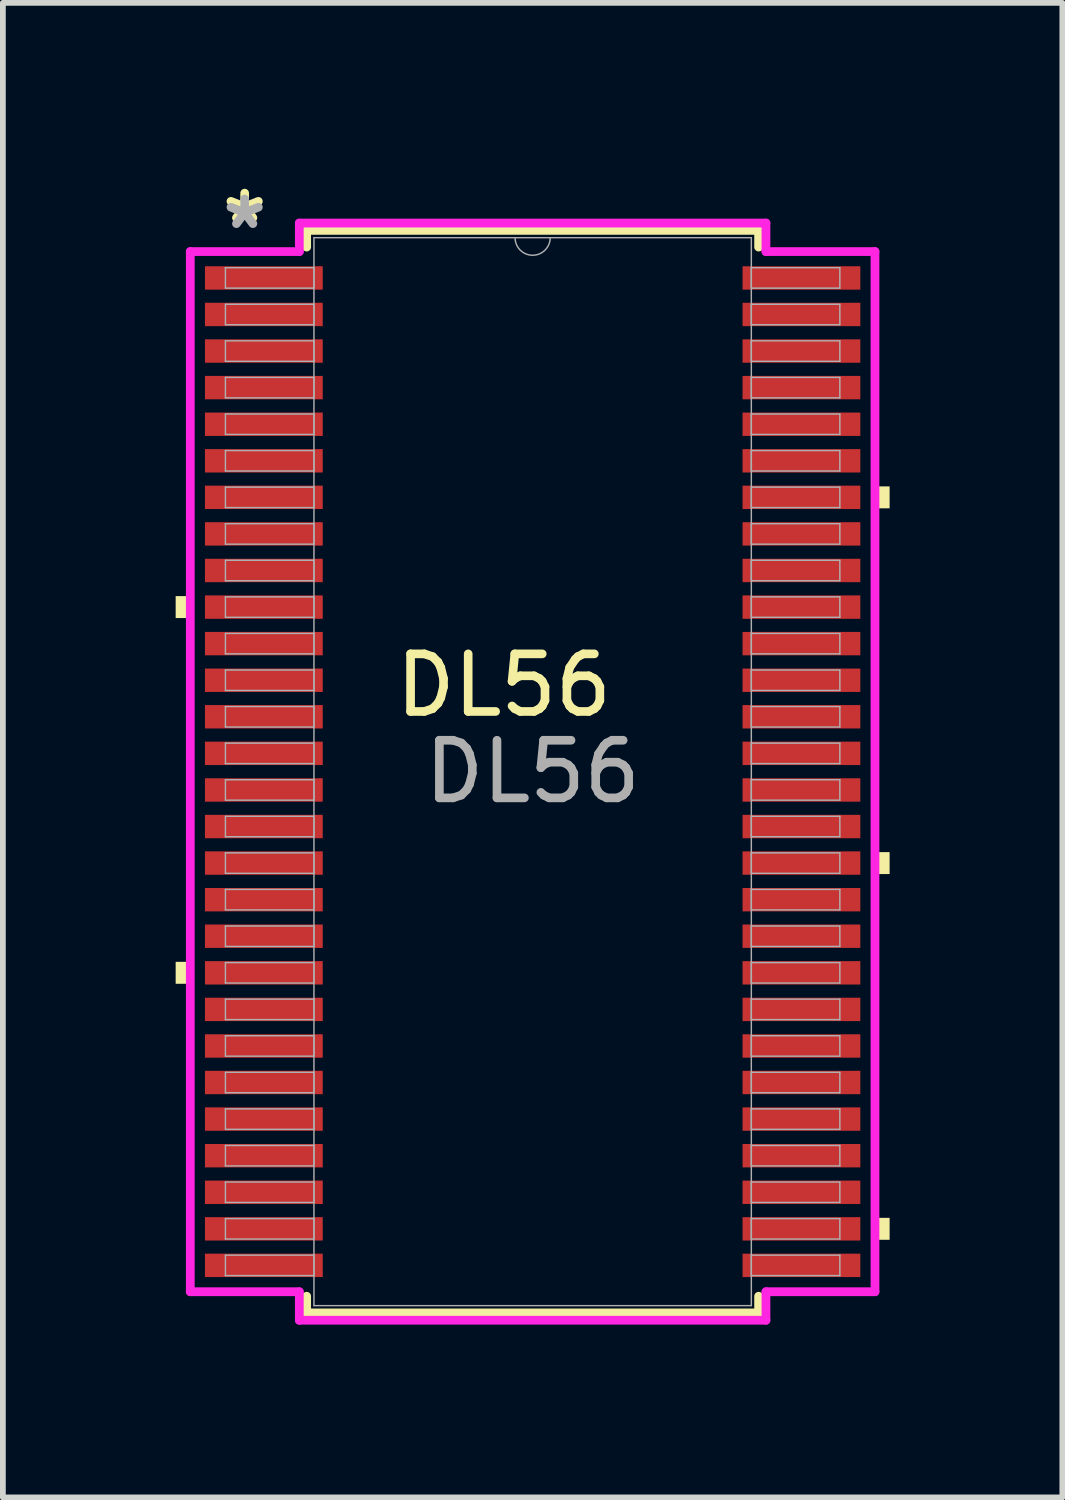
<source format=kicad_pcb>
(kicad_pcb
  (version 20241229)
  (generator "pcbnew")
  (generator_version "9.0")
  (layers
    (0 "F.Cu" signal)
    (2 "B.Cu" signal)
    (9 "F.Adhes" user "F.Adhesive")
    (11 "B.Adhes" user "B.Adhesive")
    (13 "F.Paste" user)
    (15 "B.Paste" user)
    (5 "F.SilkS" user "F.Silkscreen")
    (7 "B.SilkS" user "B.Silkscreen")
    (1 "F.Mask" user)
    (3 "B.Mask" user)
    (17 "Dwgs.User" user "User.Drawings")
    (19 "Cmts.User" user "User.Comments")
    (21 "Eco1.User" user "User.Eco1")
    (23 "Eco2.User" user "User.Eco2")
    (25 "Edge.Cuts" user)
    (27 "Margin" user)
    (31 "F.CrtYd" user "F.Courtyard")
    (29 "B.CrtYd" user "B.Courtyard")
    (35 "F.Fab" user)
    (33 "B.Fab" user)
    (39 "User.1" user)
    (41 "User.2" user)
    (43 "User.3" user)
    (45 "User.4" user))
  (footprint "DL56"
    (layer "F.Cu")
    (at 6.198 10.348)
    (property "Reference" "DL56" (at -0.5 -1.5 0) (unlocked yes) (layer "F.SilkS") (effects (font (size 1 1) (thickness 0.15))))
    (attr smd)
    (fp_line (start -3.924 -9.398) (end -3.924 -9.108) (stroke (width 0.152) (type solid)) (layer "F.SilkS"))
    (fp_line (start -3.924 9.108) (end -3.924 9.398) (stroke (width 0.152) (type solid)) (layer "F.SilkS"))
    (fp_line (start -3.924 9.398) (end 3.924 9.398) (stroke (width 0.152) (type solid)) (layer "F.SilkS"))
    (fp_line (start 3.924 -9.398) (end -3.924 -9.398) (stroke (width 0.152) (type solid)) (layer "F.SilkS"))
    (fp_line (start 3.924 -9.108) (end 3.924 -9.398) (stroke (width 0.152) (type solid)) (layer "F.SilkS"))
    (fp_line (start 3.924 9.398) (end 3.924 9.108) (stroke (width 0.152) (type solid)) (layer "F.SilkS"))
    (fp_poly (pts (xy -6.198 -3.048) (xy -6.198 -2.667) (xy -5.944 -2.667) (xy -5.944 -3.048)) (stroke (width 0) (type solid)) (fill yes) (layer "F.SilkS"))
    (fp_poly (pts (xy -6.198 3.302) (xy -6.198 3.683) (xy -5.944 3.683) (xy -5.944 3.302)) (stroke (width 0) (type solid)) (fill yes) (layer "F.SilkS"))
    (fp_poly (pts (xy 6.198 -4.953) (xy 6.198 -4.572) (xy 5.944 -4.572) (xy 5.944 -4.953)) (stroke (width 0) (type solid)) (fill yes) (layer "F.SilkS"))
    (fp_poly (pts (xy 6.198 1.397) (xy 6.198 1.778) (xy 5.944 1.778) (xy 5.944 1.397)) (stroke (width 0) (type solid)) (fill yes) (layer "F.SilkS"))
    (fp_poly (pts (xy 6.198 7.747) (xy 6.198 8.128) (xy 5.944 8.128) (xy 5.944 7.747)) (stroke (width 0) (type solid)) (fill yes) (layer "F.SilkS"))
    (fp_line (start -5.944 -9.03) (end -4.051 -9.03) (stroke (width 0.152) (type solid)) (layer "F.CrtYd"))
    (fp_line (start -5.944 9.03) (end -5.944 -9.03) (stroke (width 0.152) (type solid)) (layer "F.CrtYd"))
    (fp_line (start -5.944 9.03) (end -4.051 9.03) (stroke (width 0.152) (type solid)) (layer "F.CrtYd"))
    (fp_line (start -4.051 -9.525) (end 4.051 -9.525) (stroke (width 0.152) (type solid)) (layer "F.CrtYd"))
    (fp_line (start -4.051 -9.03) (end -4.051 -9.525) (stroke (width 0.152) (type solid)) (layer "F.CrtYd"))
    (fp_line (start -4.051 9.525) (end -4.051 9.03) (stroke (width 0.152) (type solid)) (layer "F.CrtYd"))
    (fp_line (start 4.051 -9.525) (end 4.051 -9.03) (stroke (width 0.152) (type solid)) (layer "F.CrtYd"))
    (fp_line (start 4.051 9.03) (end 4.051 9.525) (stroke (width 0.152) (type solid)) (layer "F.CrtYd"))
    (fp_line (start 4.051 9.525) (end -4.051 9.525) (stroke (width 0.152) (type solid)) (layer "F.CrtYd"))
    (fp_line (start 5.944 -9.03) (end 4.051 -9.03) (stroke (width 0.152) (type solid)) (layer "F.CrtYd"))
    (fp_line (start 5.944 -9.03) (end 5.944 9.03) (stroke (width 0.152) (type solid)) (layer "F.CrtYd"))
    (fp_line (start 5.944 9.03) (end 4.051 9.03) (stroke (width 0.152) (type solid)) (layer "F.CrtYd"))
    (fp_line (start -5.334 -8.75) (end -5.334 -8.395) (stroke (width 0.025) (type solid)) (layer "F.Fab"))
    (fp_line (start -5.334 -8.395) (end -3.797 -8.395) (stroke (width 0.025) (type solid)) (layer "F.Fab"))
    (fp_line (start -5.334 -8.115) (end -5.334 -7.76) (stroke (width 0.025) (type solid)) (layer "F.Fab"))
    (fp_line (start -5.334 -7.76) (end -3.797 -7.76) (stroke (width 0.025) (type solid)) (layer "F.Fab"))
    (fp_line (start -5.334 -7.48) (end -5.334 -7.125) (stroke (width 0.025) (type solid)) (layer "F.Fab"))
    (fp_line (start -5.334 -7.125) (end -3.797 -7.125) (stroke (width 0.025) (type solid)) (layer "F.Fab"))
    (fp_line (start -5.334 -6.845) (end -5.334 -6.49) (stroke (width 0.025) (type solid)) (layer "F.Fab"))
    (fp_line (start -5.334 -6.49) (end -3.797 -6.49) (stroke (width 0.025) (type solid)) (layer "F.Fab"))
    (fp_line (start -5.334 -6.21) (end -5.334 -5.855) (stroke (width 0.025) (type solid)) (layer "F.Fab"))
    (fp_line (start -5.334 -5.855) (end -3.797 -5.855) (stroke (width 0.025) (type solid)) (layer "F.Fab"))
    (fp_line (start -5.334 -5.575) (end -5.334 -5.22) (stroke (width 0.025) (type solid)) (layer "F.Fab"))
    (fp_line (start -5.334 -5.22) (end -3.797 -5.22) (stroke (width 0.025) (type solid)) (layer "F.Fab"))
    (fp_line (start -5.334 -4.94) (end -5.334 -4.585) (stroke (width 0.025) (type solid)) (layer "F.Fab"))
    (fp_line (start -5.334 -4.585) (end -3.797 -4.585) (stroke (width 0.025) (type solid)) (layer "F.Fab"))
    (fp_line (start -5.334 -4.305) (end -5.334 -3.95) (stroke (width 0.025) (type solid)) (layer "F.Fab"))
    (fp_line (start -5.334 -3.95) (end -3.797 -3.95) (stroke (width 0.025) (type solid)) (layer "F.Fab"))
    (fp_line (start -5.334 -3.67) (end -5.334 -3.315) (stroke (width 0.025) (type solid)) (layer "F.Fab"))
    (fp_line (start -5.334 -3.315) (end -3.797 -3.315) (stroke (width 0.025) (type solid)) (layer "F.Fab"))
    (fp_line (start -5.334 -3.035) (end -5.334 -2.68) (stroke (width 0.025) (type solid)) (layer "F.Fab"))
    (fp_line (start -5.334 -2.68) (end -3.797 -2.68) (stroke (width 0.025) (type solid)) (layer "F.Fab"))
    (fp_line (start -5.334 -2.4) (end -5.334 -2.045) (stroke (width 0.025) (type solid)) (layer "F.Fab"))
    (fp_line (start -5.334 -2.045) (end -3.797 -2.045) (stroke (width 0.025) (type solid)) (layer "F.Fab"))
    (fp_line (start -5.334 -1.765) (end -5.334 -1.41) (stroke (width 0.025) (type solid)) (layer "F.Fab"))
    (fp_line (start -5.334 -1.41) (end -3.797 -1.41) (stroke (width 0.025) (type solid)) (layer "F.Fab"))
    (fp_line (start -5.334 -1.13) (end -5.334 -0.775) (stroke (width 0.025) (type solid)) (layer "F.Fab"))
    (fp_line (start -5.334 -0.775) (end -3.797 -0.775) (stroke (width 0.025) (type solid)) (layer "F.Fab"))
    (fp_line (start -5.334 -0.495) (end -5.334 -0.14) (stroke (width 0.025) (type solid)) (layer "F.Fab"))
    (fp_line (start -5.334 -0.14) (end -3.797 -0.14) (stroke (width 0.025) (type solid)) (layer "F.Fab"))
    (fp_line (start -5.334 0.14) (end -5.334 0.495) (stroke (width 0.025) (type solid)) (layer "F.Fab"))
    (fp_line (start -5.334 0.495) (end -3.797 0.495) (stroke (width 0.025) (type solid)) (layer "F.Fab"))
    (fp_line (start -5.334 0.775) (end -5.334 1.13) (stroke (width 0.025) (type solid)) (layer "F.Fab"))
    (fp_line (start -5.334 1.13) (end -3.797 1.13) (stroke (width 0.025) (type solid)) (layer "F.Fab"))
    (fp_line (start -5.334 1.41) (end -5.334 1.765) (stroke (width 0.025) (type solid)) (layer "F.Fab"))
    (fp_line (start -5.334 1.765) (end -3.797 1.765) (stroke (width 0.025) (type solid)) (layer "F.Fab"))
    (fp_line (start -5.334 2.045) (end -5.334 2.4) (stroke (width 0.025) (type solid)) (layer "F.Fab"))
    (fp_line (start -5.334 2.4) (end -3.797 2.4) (stroke (width 0.025) (type solid)) (layer "F.Fab"))
    (fp_line (start -5.334 2.68) (end -5.334 3.035) (stroke (width 0.025) (type solid)) (layer "F.Fab"))
    (fp_line (start -5.334 3.035) (end -3.797 3.035) (stroke (width 0.025) (type solid)) (layer "F.Fab"))
    (fp_line (start -5.334 3.315) (end -5.334 3.67) (stroke (width 0.025) (type solid)) (layer "F.Fab"))
    (fp_line (start -5.334 3.67) (end -3.797 3.67) (stroke (width 0.025) (type solid)) (layer "F.Fab"))
    (fp_line (start -5.334 3.95) (end -5.334 4.305) (stroke (width 0.025) (type solid)) (layer "F.Fab"))
    (fp_line (start -5.334 4.305) (end -3.797 4.305) (stroke (width 0.025) (type solid)) (layer "F.Fab"))
    (fp_line (start -5.334 4.585) (end -5.334 4.94) (stroke (width 0.025) (type solid)) (layer "F.Fab"))
    (fp_line (start -5.334 4.94) (end -3.797 4.94) (stroke (width 0.025) (type solid)) (layer "F.Fab"))
    (fp_line (start -5.334 5.22) (end -5.334 5.575) (stroke (width 0.025) (type solid)) (layer "F.Fab"))
    (fp_line (start -5.334 5.575) (end -3.797 5.575) (stroke (width 0.025) (type solid)) (layer "F.Fab"))
    (fp_line (start -5.334 5.855) (end -5.334 6.21) (stroke (width 0.025) (type solid)) (layer "F.Fab"))
    (fp_line (start -5.334 6.21) (end -3.797 6.21) (stroke (width 0.025) (type solid)) (layer "F.Fab"))
    (fp_line (start -5.334 6.49) (end -5.334 6.845) (stroke (width 0.025) (type solid)) (layer "F.Fab"))
    (fp_line (start -5.334 6.845) (end -3.797 6.845) (stroke (width 0.025) (type solid)) (layer "F.Fab"))
    (fp_line (start -5.334 7.125) (end -5.334 7.48) (stroke (width 0.025) (type solid)) (layer "F.Fab"))
    (fp_line (start -5.334 7.48) (end -3.797 7.48) (stroke (width 0.025) (type solid)) (layer "F.Fab"))
    (fp_line (start -5.334 7.76) (end -5.334 8.115) (stroke (width 0.025) (type solid)) (layer "F.Fab"))
    (fp_line (start -5.334 8.115) (end -3.797 8.115) (stroke (width 0.025) (type solid)) (layer "F.Fab"))
    (fp_line (start -5.334 8.395) (end -5.334 8.75) (stroke (width 0.025) (type solid)) (layer "F.Fab"))
    (fp_line (start -5.334 8.75) (end -3.797 8.75) (stroke (width 0.025) (type solid)) (layer "F.Fab"))
    (fp_line (start -3.797 -9.271) (end -3.797 9.271) (stroke (width 0.025) (type solid)) (layer "F.Fab"))
    (fp_line (start -3.797 -8.75) (end -5.334 -8.75) (stroke (width 0.025) (type solid)) (layer "F.Fab"))
    (fp_line (start -3.797 -8.395) (end -3.797 -8.75) (stroke (width 0.025) (type solid)) (layer "F.Fab"))
    (fp_line (start -3.797 -8.115) (end -5.334 -8.115) (stroke (width 0.025) (type solid)) (layer "F.Fab"))
    (fp_line (start -3.797 -7.76) (end -3.797 -8.115) (stroke (width 0.025) (type solid)) (layer "F.Fab"))
    (fp_line (start -3.797 -7.48) (end -5.334 -7.48) (stroke (width 0.025) (type solid)) (layer "F.Fab"))
    (fp_line (start -3.797 -7.125) (end -3.797 -7.48) (stroke (width 0.025) (type solid)) (layer "F.Fab"))
    (fp_line (start -3.797 -6.845) (end -5.334 -6.845) (stroke (width 0.025) (type solid)) (layer "F.Fab"))
    (fp_line (start -3.797 -6.49) (end -3.797 -6.845) (stroke (width 0.025) (type solid)) (layer "F.Fab"))
    (fp_line (start -3.797 -6.21) (end -5.334 -6.21) (stroke (width 0.025) (type solid)) (layer "F.Fab"))
    (fp_line (start -3.797 -5.855) (end -3.797 -6.21) (stroke (width 0.025) (type solid)) (layer "F.Fab"))
    (fp_line (start -3.797 -5.575) (end -5.334 -5.575) (stroke (width 0.025) (type solid)) (layer "F.Fab"))
    (fp_line (start -3.797 -5.22) (end -3.797 -5.575) (stroke (width 0.025) (type solid)) (layer "F.Fab"))
    (fp_line (start -3.797 -4.94) (end -5.334 -4.94) (stroke (width 0.025) (type solid)) (layer "F.Fab"))
    (fp_line (start -3.797 -4.585) (end -3.797 -4.94) (stroke (width 0.025) (type solid)) (layer "F.Fab"))
    (fp_line (start -3.797 -4.305) (end -5.334 -4.305) (stroke (width 0.025) (type solid)) (layer "F.Fab"))
    (fp_line (start -3.797 -3.95) (end -3.797 -4.305) (stroke (width 0.025) (type solid)) (layer "F.Fab"))
    (fp_line (start -3.797 -3.67) (end -5.334 -3.67) (stroke (width 0.025) (type solid)) (layer "F.Fab"))
    (fp_line (start -3.797 -3.315) (end -3.797 -3.67) (stroke (width 0.025) (type solid)) (layer "F.Fab"))
    (fp_line (start -3.797 -3.035) (end -5.334 -3.035) (stroke (width 0.025) (type solid)) (layer "F.Fab"))
    (fp_line (start -3.797 -2.68) (end -3.797 -3.035) (stroke (width 0.025) (type solid)) (layer "F.Fab"))
    (fp_line (start -3.797 -2.4) (end -5.334 -2.4) (stroke (width 0.025) (type solid)) (layer "F.Fab"))
    (fp_line (start -3.797 -2.045) (end -3.797 -2.4) (stroke (width 0.025) (type solid)) (layer "F.Fab"))
    (fp_line (start -3.797 -1.765) (end -5.334 -1.765) (stroke (width 0.025) (type solid)) (layer "F.Fab"))
    (fp_line (start -3.797 -1.41) (end -3.797 -1.765) (stroke (width 0.025) (type solid)) (layer "F.Fab"))
    (fp_line (start -3.797 -1.13) (end -5.334 -1.13) (stroke (width 0.025) (type solid)) (layer "F.Fab"))
    (fp_line (start -3.797 -0.775) (end -3.797 -1.13) (stroke (width 0.025) (type solid)) (layer "F.Fab"))
    (fp_line (start -3.797 -0.495) (end -5.334 -0.495) (stroke (width 0.025) (type solid)) (layer "F.Fab"))
    (fp_line (start -3.797 -0.14) (end -3.797 -0.495) (stroke (width 0.025) (type solid)) (layer "F.Fab"))
    (fp_line (start -3.797 0.14) (end -5.334 0.14) (stroke (width 0.025) (type solid)) (layer "F.Fab"))
    (fp_line (start -3.797 0.495) (end -3.797 0.14) (stroke (width 0.025) (type solid)) (layer "F.Fab"))
    (fp_line (start -3.797 0.775) (end -5.334 0.775) (stroke (width 0.025) (type solid)) (layer "F.Fab"))
    (fp_line (start -3.797 1.13) (end -3.797 0.775) (stroke (width 0.025) (type solid)) (layer "F.Fab"))
    (fp_line (start -3.797 1.41) (end -5.334 1.41) (stroke (width 0.025) (type solid)) (layer "F.Fab"))
    (fp_line (start -3.797 1.765) (end -3.797 1.41) (stroke (width 0.025) (type solid)) (layer "F.Fab"))
    (fp_line (start -3.797 2.045) (end -5.334 2.045) (stroke (width 0.025) (type solid)) (layer "F.Fab"))
    (fp_line (start -3.797 2.4) (end -3.797 2.045) (stroke (width 0.025) (type solid)) (layer "F.Fab"))
    (fp_line (start -3.797 2.68) (end -5.334 2.68) (stroke (width 0.025) (type solid)) (layer "F.Fab"))
    (fp_line (start -3.797 3.035) (end -3.797 2.68) (stroke (width 0.025) (type solid)) (layer "F.Fab"))
    (fp_line (start -3.797 3.315) (end -5.334 3.315) (stroke (width 0.025) (type solid)) (layer "F.Fab"))
    (fp_line (start -3.797 3.67) (end -3.797 3.315) (stroke (width 0.025) (type solid)) (layer "F.Fab"))
    (fp_line (start -3.797 3.95) (end -5.334 3.95) (stroke (width 0.025) (type solid)) (layer "F.Fab"))
    (fp_line (start -3.797 4.305) (end -3.797 3.95) (stroke (width 0.025) (type solid)) (layer "F.Fab"))
    (fp_line (start -3.797 4.585) (end -5.334 4.585) (stroke (width 0.025) (type solid)) (layer "F.Fab"))
    (fp_line (start -3.797 4.94) (end -3.797 4.585) (stroke (width 0.025) (type solid)) (layer "F.Fab"))
    (fp_line (start -3.797 5.22) (end -5.334 5.22) (stroke (width 0.025) (type solid)) (layer "F.Fab"))
    (fp_line (start -3.797 5.575) (end -3.797 5.22) (stroke (width 0.025) (type solid)) (layer "F.Fab"))
    (fp_line (start -3.797 5.855) (end -5.334 5.855) (stroke (width 0.025) (type solid)) (layer "F.Fab"))
    (fp_line (start -3.797 6.21) (end -3.797 5.855) (stroke (width 0.025) (type solid)) (layer "F.Fab"))
    (fp_line (start -3.797 6.49) (end -5.334 6.49) (stroke (width 0.025) (type solid)) (layer "F.Fab"))
    (fp_line (start -3.797 6.845) (end -3.797 6.49) (stroke (width 0.025) (type solid)) (layer "F.Fab"))
    (fp_line (start -3.797 7.125) (end -5.334 7.125) (stroke (width 0.025) (type solid)) (layer "F.Fab"))
    (fp_line (start -3.797 7.48) (end -3.797 7.125) (stroke (width 0.025) (type solid)) (layer "F.Fab"))
    (fp_line (start -3.797 7.76) (end -5.334 7.76) (stroke (width 0.025) (type solid)) (layer "F.Fab"))
    (fp_line (start -3.797 8.115) (end -3.797 7.76) (stroke (width 0.025) (type solid)) (layer "F.Fab"))
    (fp_line (start -3.797 8.395) (end -5.334 8.395) (stroke (width 0.025) (type solid)) (layer "F.Fab"))
    (fp_line (start -3.797 8.75) (end -3.797 8.395) (stroke (width 0.025) (type solid)) (layer "F.Fab"))
    (fp_line (start -3.797 9.271) (end 3.797 9.271) (stroke (width 0.025) (type solid)) (layer "F.Fab"))
    (fp_line (start 3.797 -9.271) (end -3.797 -9.271) (stroke (width 0.025) (type solid)) (layer "F.Fab"))
    (fp_line (start 3.797 -8.75) (end 3.797 -8.395) (stroke (width 0.025) (type solid)) (layer "F.Fab"))
    (fp_line (start 3.797 -8.395) (end 5.334 -8.395) (stroke (width 0.025) (type solid)) (layer "F.Fab"))
    (fp_line (start 3.797 -8.115) (end 3.797 -7.76) (stroke (width 0.025) (type solid)) (layer "F.Fab"))
    (fp_line (start 3.797 -7.76) (end 5.334 -7.76) (stroke (width 0.025) (type solid)) (layer "F.Fab"))
    (fp_line (start 3.797 -7.48) (end 3.797 -7.125) (stroke (width 0.025) (type solid)) (layer "F.Fab"))
    (fp_line (start 3.797 -7.125) (end 5.334 -7.125) (stroke (width 0.025) (type solid)) (layer "F.Fab"))
    (fp_line (start 3.797 -6.845) (end 3.797 -6.49) (stroke (width 0.025) (type solid)) (layer "F.Fab"))
    (fp_line (start 3.797 -6.49) (end 5.334 -6.49) (stroke (width 0.025) (type solid)) (layer "F.Fab"))
    (fp_line (start 3.797 -6.21) (end 3.797 -5.855) (stroke (width 0.025) (type solid)) (layer "F.Fab"))
    (fp_line (start 3.797 -5.855) (end 5.334 -5.855) (stroke (width 0.025) (type solid)) (layer "F.Fab"))
    (fp_line (start 3.797 -5.575) (end 3.797 -5.22) (stroke (width 0.025) (type solid)) (layer "F.Fab"))
    (fp_line (start 3.797 -5.22) (end 5.334 -5.22) (stroke (width 0.025) (type solid)) (layer "F.Fab"))
    (fp_line (start 3.797 -4.94) (end 3.797 -4.585) (stroke (width 0.025) (type solid)) (layer "F.Fab"))
    (fp_line (start 3.797 -4.585) (end 5.334 -4.585) (stroke (width 0.025) (type solid)) (layer "F.Fab"))
    (fp_line (start 3.797 -4.305) (end 3.797 -3.95) (stroke (width 0.025) (type solid)) (layer "F.Fab"))
    (fp_line (start 3.797 -3.95) (end 5.334 -3.95) (stroke (width 0.025) (type solid)) (layer "F.Fab"))
    (fp_line (start 3.797 -3.67) (end 3.797 -3.315) (stroke (width 0.025) (type solid)) (layer "F.Fab"))
    (fp_line (start 3.797 -3.315) (end 5.334 -3.315) (stroke (width 0.025) (type solid)) (layer "F.Fab"))
    (fp_line (start 3.797 -3.035) (end 3.797 -2.68) (stroke (width 0.025) (type solid)) (layer "F.Fab"))
    (fp_line (start 3.797 -2.68) (end 5.334 -2.68) (stroke (width 0.025) (type solid)) (layer "F.Fab"))
    (fp_line (start 3.797 -2.4) (end 3.797 -2.045) (stroke (width 0.025) (type solid)) (layer "F.Fab"))
    (fp_line (start 3.797 -2.045) (end 5.334 -2.045) (stroke (width 0.025) (type solid)) (layer "F.Fab"))
    (fp_line (start 3.797 -1.765) (end 3.797 -1.41) (stroke (width 0.025) (type solid)) (layer "F.Fab"))
    (fp_line (start 3.797 -1.41) (end 5.334 -1.41) (stroke (width 0.025) (type solid)) (layer "F.Fab"))
    (fp_line (start 3.797 -1.13) (end 3.797 -0.775) (stroke (width 0.025) (type solid)) (layer "F.Fab"))
    (fp_line (start 3.797 -0.775) (end 5.334 -0.775) (stroke (width 0.025) (type solid)) (layer "F.Fab"))
    (fp_line (start 3.797 -0.495) (end 3.797 -0.14) (stroke (width 0.025) (type solid)) (layer "F.Fab"))
    (fp_line (start 3.797 -0.14) (end 5.334 -0.14) (stroke (width 0.025) (type solid)) (layer "F.Fab"))
    (fp_line (start 3.797 0.14) (end 3.797 0.495) (stroke (width 0.025) (type solid)) (layer "F.Fab"))
    (fp_line (start 3.797 0.495) (end 5.334 0.495) (stroke (width 0.025) (type solid)) (layer "F.Fab"))
    (fp_line (start 3.797 0.775) (end 3.797 1.13) (stroke (width 0.025) (type solid)) (layer "F.Fab"))
    (fp_line (start 3.797 1.13) (end 5.334 1.13) (stroke (width 0.025) (type solid)) (layer "F.Fab"))
    (fp_line (start 3.797 1.41) (end 3.797 1.765) (stroke (width 0.025) (type solid)) (layer "F.Fab"))
    (fp_line (start 3.797 1.765) (end 5.334 1.765) (stroke (width 0.025) (type solid)) (layer "F.Fab"))
    (fp_line (start 3.797 2.045) (end 3.797 2.4) (stroke (width 0.025) (type solid)) (layer "F.Fab"))
    (fp_line (start 3.797 2.4) (end 5.334 2.4) (stroke (width 0.025) (type solid)) (layer "F.Fab"))
    (fp_line (start 3.797 2.68) (end 3.797 3.035) (stroke (width 0.025) (type solid)) (layer "F.Fab"))
    (fp_line (start 3.797 3.035) (end 5.334 3.035) (stroke (width 0.025) (type solid)) (layer "F.Fab"))
    (fp_line (start 3.797 3.315) (end 3.797 3.67) (stroke (width 0.025) (type solid)) (layer "F.Fab"))
    (fp_line (start 3.797 3.67) (end 5.334 3.67) (stroke (width 0.025) (type solid)) (layer "F.Fab"))
    (fp_line (start 3.797 3.95) (end 3.797 4.305) (stroke (width 0.025) (type solid)) (layer "F.Fab"))
    (fp_line (start 3.797 4.305) (end 5.334 4.305) (stroke (width 0.025) (type solid)) (layer "F.Fab"))
    (fp_line (start 3.797 4.585) (end 3.797 4.94) (stroke (width 0.025) (type solid)) (layer "F.Fab"))
    (fp_line (start 3.797 4.94) (end 5.334 4.94) (stroke (width 0.025) (type solid)) (layer "F.Fab"))
    (fp_line (start 3.797 5.22) (end 3.797 5.575) (stroke (width 0.025) (type solid)) (layer "F.Fab"))
    (fp_line (start 3.797 5.575) (end 5.334 5.575) (stroke (width 0.025) (type solid)) (layer "F.Fab"))
    (fp_line (start 3.797 5.855) (end 3.797 6.21) (stroke (width 0.025) (type solid)) (layer "F.Fab"))
    (fp_line (start 3.797 6.21) (end 5.334 6.21) (stroke (width 0.025) (type solid)) (layer "F.Fab"))
    (fp_line (start 3.797 6.49) (end 3.797 6.845) (stroke (width 0.025) (type solid)) (layer "F.Fab"))
    (fp_line (start 3.797 6.845) (end 5.334 6.845) (stroke (width 0.025) (type solid)) (layer "F.Fab"))
    (fp_line (start 3.797 7.125) (end 3.797 7.48) (stroke (width 0.025) (type solid)) (layer "F.Fab"))
    (fp_line (start 3.797 7.48) (end 5.334 7.48) (stroke (width 0.025) (type solid)) (layer "F.Fab"))
    (fp_line (start 3.797 7.76) (end 3.797 8.115) (stroke (width 0.025) (type solid)) (layer "F.Fab"))
    (fp_line (start 3.797 8.115) (end 5.334 8.115) (stroke (width 0.025) (type solid)) (layer "F.Fab"))
    (fp_line (start 3.797 8.395) (end 3.797 8.75) (stroke (width 0.025) (type solid)) (layer "F.Fab"))
    (fp_line (start 3.797 8.75) (end 5.334 8.75) (stroke (width 0.025) (type solid)) (layer "F.Fab"))
    (fp_line (start 3.797 9.271) (end 3.797 -9.271) (stroke (width 0.025) (type solid)) (layer "F.Fab"))
    (fp_line (start 5.334 -8.75) (end 3.797 -8.75) (stroke (width 0.025) (type solid)) (layer "F.Fab"))
    (fp_line (start 5.334 -8.395) (end 5.334 -8.75) (stroke (width 0.025) (type solid)) (layer "F.Fab"))
    (fp_line (start 5.334 -8.115) (end 3.797 -8.115) (stroke (width 0.025) (type solid)) (layer "F.Fab"))
    (fp_line (start 5.334 -7.76) (end 5.334 -8.115) (stroke (width 0.025) (type solid)) (layer "F.Fab"))
    (fp_line (start 5.334 -7.48) (end 3.797 -7.48) (stroke (width 0.025) (type solid)) (layer "F.Fab"))
    (fp_line (start 5.334 -7.125) (end 5.334 -7.48) (stroke (width 0.025) (type solid)) (layer "F.Fab"))
    (fp_line (start 5.334 -6.845) (end 3.797 -6.845) (stroke (width 0.025) (type solid)) (layer "F.Fab"))
    (fp_line (start 5.334 -6.49) (end 5.334 -6.845) (stroke (width 0.025) (type solid)) (layer "F.Fab"))
    (fp_line (start 5.334 -6.21) (end 3.797 -6.21) (stroke (width 0.025) (type solid)) (layer "F.Fab"))
    (fp_line (start 5.334 -5.855) (end 5.334 -6.21) (stroke (width 0.025) (type solid)) (layer "F.Fab"))
    (fp_line (start 5.334 -5.575) (end 3.797 -5.575) (stroke (width 0.025) (type solid)) (layer "F.Fab"))
    (fp_line (start 5.334 -5.22) (end 5.334 -5.575) (stroke (width 0.025) (type solid)) (layer "F.Fab"))
    (fp_line (start 5.334 -4.94) (end 3.797 -4.94) (stroke (width 0.025) (type solid)) (layer "F.Fab"))
    (fp_line (start 5.334 -4.585) (end 5.334 -4.94) (stroke (width 0.025) (type solid)) (layer "F.Fab"))
    (fp_line (start 5.334 -4.305) (end 3.797 -4.305) (stroke (width 0.025) (type solid)) (layer "F.Fab"))
    (fp_line (start 5.334 -3.95) (end 5.334 -4.305) (stroke (width 0.025) (type solid)) (layer "F.Fab"))
    (fp_line (start 5.334 -3.67) (end 3.797 -3.67) (stroke (width 0.025) (type solid)) (layer "F.Fab"))
    (fp_line (start 5.334 -3.315) (end 5.334 -3.67) (stroke (width 0.025) (type solid)) (layer "F.Fab"))
    (fp_line (start 5.334 -3.035) (end 3.797 -3.035) (stroke (width 0.025) (type solid)) (layer "F.Fab"))
    (fp_line (start 5.334 -2.68) (end 5.334 -3.035) (stroke (width 0.025) (type solid)) (layer "F.Fab"))
    (fp_line (start 5.334 -2.4) (end 3.797 -2.4) (stroke (width 0.025) (type solid)) (layer "F.Fab"))
    (fp_line (start 5.334 -2.045) (end 5.334 -2.4) (stroke (width 0.025) (type solid)) (layer "F.Fab"))
    (fp_line (start 5.334 -1.765) (end 3.797 -1.765) (stroke (width 0.025) (type solid)) (layer "F.Fab"))
    (fp_line (start 5.334 -1.41) (end 5.334 -1.765) (stroke (width 0.025) (type solid)) (layer "F.Fab"))
    (fp_line (start 5.334 -1.13) (end 3.797 -1.13) (stroke (width 0.025) (type solid)) (layer "F.Fab"))
    (fp_line (start 5.334 -0.775) (end 5.334 -1.13) (stroke (width 0.025) (type solid)) (layer "F.Fab"))
    (fp_line (start 5.334 -0.495) (end 3.797 -0.495) (stroke (width 0.025) (type solid)) (layer "F.Fab"))
    (fp_line (start 5.334 -0.14) (end 5.334 -0.495) (stroke (width 0.025) (type solid)) (layer "F.Fab"))
    (fp_line (start 5.334 0.14) (end 3.797 0.14) (stroke (width 0.025) (type solid)) (layer "F.Fab"))
    (fp_line (start 5.334 0.495) (end 5.334 0.14) (stroke (width 0.025) (type solid)) (layer "F.Fab"))
    (fp_line (start 5.334 0.775) (end 3.797 0.775) (stroke (width 0.025) (type solid)) (layer "F.Fab"))
    (fp_line (start 5.334 1.13) (end 5.334 0.775) (stroke (width 0.025) (type solid)) (layer "F.Fab"))
    (fp_line (start 5.334 1.41) (end 3.797 1.41) (stroke (width 0.025) (type solid)) (layer "F.Fab"))
    (fp_line (start 5.334 1.765) (end 5.334 1.41) (stroke (width 0.025) (type solid)) (layer "F.Fab"))
    (fp_line (start 5.334 2.045) (end 3.797 2.045) (stroke (width 0.025) (type solid)) (layer "F.Fab"))
    (fp_line (start 5.334 2.4) (end 5.334 2.045) (stroke (width 0.025) (type solid)) (layer "F.Fab"))
    (fp_line (start 5.334 2.68) (end 3.797 2.68) (stroke (width 0.025) (type solid)) (layer "F.Fab"))
    (fp_line (start 5.334 3.035) (end 5.334 2.68) (stroke (width 0.025) (type solid)) (layer "F.Fab"))
    (fp_line (start 5.334 3.315) (end 3.797 3.315) (stroke (width 0.025) (type solid)) (layer "F.Fab"))
    (fp_line (start 5.334 3.67) (end 5.334 3.315) (stroke (width 0.025) (type solid)) (layer "F.Fab"))
    (fp_line (start 5.334 3.95) (end 3.797 3.95) (stroke (width 0.025) (type solid)) (layer "F.Fab"))
    (fp_line (start 5.334 4.305) (end 5.334 3.95) (stroke (width 0.025) (type solid)) (layer "F.Fab"))
    (fp_line (start 5.334 4.585) (end 3.797 4.585) (stroke (width 0.025) (type solid)) (layer "F.Fab"))
    (fp_line (start 5.334 4.94) (end 5.334 4.585) (stroke (width 0.025) (type solid)) (layer "F.Fab"))
    (fp_line (start 5.334 5.22) (end 3.797 5.22) (stroke (width 0.025) (type solid)) (layer "F.Fab"))
    (fp_line (start 5.334 5.575) (end 5.334 5.22) (stroke (width 0.025) (type solid)) (layer "F.Fab"))
    (fp_line (start 5.334 5.855) (end 3.797 5.855) (stroke (width 0.025) (type solid)) (layer "F.Fab"))
    (fp_line (start 5.334 6.21) (end 5.334 5.855) (stroke (width 0.025) (type solid)) (layer "F.Fab"))
    (fp_line (start 5.334 6.49) (end 3.797 6.49) (stroke (width 0.025) (type solid)) (layer "F.Fab"))
    (fp_line (start 5.334 6.845) (end 5.334 6.49) (stroke (width 0.025) (type solid)) (layer "F.Fab"))
    (fp_line (start 5.334 7.125) (end 3.797 7.125) (stroke (width 0.025) (type solid)) (layer "F.Fab"))
    (fp_line (start 5.334 7.48) (end 5.334 7.125) (stroke (width 0.025) (type solid)) (layer "F.Fab"))
    (fp_line (start 5.334 7.76) (end 3.797 7.76) (stroke (width 0.025) (type solid)) (layer "F.Fab"))
    (fp_line (start 5.334 8.115) (end 5.334 7.76) (stroke (width 0.025) (type solid)) (layer "F.Fab"))
    (fp_line (start 5.334 8.395) (end 3.797 8.395) (stroke (width 0.025) (type solid)) (layer "F.Fab"))
    (fp_line (start 5.334 8.75) (end 5.334 8.395) (stroke (width 0.025) (type solid)) (layer "F.Fab"))
    (fp_arc (start 0.3048 -9.271) (mid 0 -8.9662) (end -0.3048 -9.271) (stroke (width 0.0254) (type solid)) (layer "F.Fab"))
    (fp_text user "*" (at -5 -9.5 0) (layer "F.SilkS") (effects (font (size 1 1) (thickness 0.15))))
    (fp_text user "${REFERENCE}" (at 0 0 0) (unlocked yes) (layer "F.Fab") (effects (font (size 1 1) (thickness 0.15))))
    (fp_text user "*" (at -5 -9.398 0) (layer "F.Fab") (effects (font (size 1 1) (thickness 0.15))))
    (pad "1" smd rect (at -4.667 -8.572) (size 2.045 0.406) (layers "F.Cu" "F.Mask" "F.Paste"))
    (pad "2" smd rect (at -4.667 -7.938) (size 2.045 0.406) (layers "F.Cu" "F.Mask" "F.Paste"))
    (pad "3" smd rect (at -4.667 -7.303) (size 2.045 0.406) (layers "F.Cu" "F.Mask" "F.Paste"))
    (pad "4" smd rect (at -4.667 -6.668) (size 2.045 0.406) (layers "F.Cu" "F.Mask" "F.Paste"))
    (pad "5" smd rect (at -4.667 -6.032) (size 2.045 0.406) (layers "F.Cu" "F.Mask" "F.Paste"))
    (pad "6" smd rect (at -4.667 -5.397) (size 2.045 0.406) (layers "F.Cu" "F.Mask" "F.Paste"))
    (pad "7" smd rect (at -4.667 -4.763) (size 2.045 0.406) (layers "F.Cu" "F.Mask" "F.Paste"))
    (pad "8" smd rect (at -4.667 -4.128) (size 2.045 0.406) (layers "F.Cu" "F.Mask" "F.Paste"))
    (pad "9" smd rect (at -4.667 -3.493) (size 2.045 0.406) (layers "F.Cu" "F.Mask" "F.Paste"))
    (pad "10" smd rect (at -4.667 -2.857) (size 2.045 0.406) (layers "F.Cu" "F.Mask" "F.Paste"))
    (pad "11" smd rect (at -4.667 -2.223) (size 2.045 0.406) (layers "F.Cu" "F.Mask" "F.Paste"))
    (pad "12" smd rect (at -4.667 -1.587) (size 2.045 0.406) (layers "F.Cu" "F.Mask" "F.Paste"))
    (pad "13" smd rect (at -4.667 -0.953) (size 2.045 0.406) (layers "F.Cu" "F.Mask" "F.Paste"))
    (pad "14" smd rect (at -4.667 -0.318) (size 2.045 0.406) (layers "F.Cu" "F.Mask" "F.Paste"))
    (pad "15" smd rect (at -4.667 0.318) (size 2.045 0.406) (layers "F.Cu" "F.Mask" "F.Paste"))
    (pad "16" smd rect (at -4.667 0.953) (size 2.045 0.406) (layers "F.Cu" "F.Mask" "F.Paste"))
    (pad "17" smd rect (at -4.667 1.587) (size 2.045 0.406) (layers "F.Cu" "F.Mask" "F.Paste"))
    (pad "18" smd rect (at -4.667 2.223) (size 2.045 0.406) (layers "F.Cu" "F.Mask" "F.Paste"))
    (pad "19" smd rect (at -4.667 2.857) (size 2.045 0.406) (layers "F.Cu" "F.Mask" "F.Paste"))
    (pad "20" smd rect (at -4.667 3.493) (size 2.045 0.406) (layers "F.Cu" "F.Mask" "F.Paste"))
    (pad "21" smd rect (at -4.667 4.128) (size 2.045 0.406) (layers "F.Cu" "F.Mask" "F.Paste"))
    (pad "22" smd rect (at -4.667 4.763) (size 2.045 0.406) (layers "F.Cu" "F.Mask" "F.Paste"))
    (pad "23" smd rect (at -4.667 5.397) (size 2.045 0.406) (layers "F.Cu" "F.Mask" "F.Paste"))
    (pad "24" smd rect (at -4.667 6.032) (size 2.045 0.406) (layers "F.Cu" "F.Mask" "F.Paste"))
    (pad "25" smd rect (at -4.667 6.668) (size 2.045 0.406) (layers "F.Cu" "F.Mask" "F.Paste"))
    (pad "26" smd rect (at -4.667 7.303) (size 2.045 0.406) (layers "F.Cu" "F.Mask" "F.Paste"))
    (pad "27" smd rect (at -4.667 7.938) (size 2.045 0.406) (layers "F.Cu" "F.Mask" "F.Paste"))
    (pad "28" smd rect (at -4.667 8.572) (size 2.045 0.406) (layers "F.Cu" "F.Mask" "F.Paste"))
    (pad "29" smd rect (at 4.667 8.572) (size 2.045 0.406) (layers "F.Cu" "F.Mask" "F.Paste"))
    (pad "30" smd rect (at 4.667 7.938) (size 2.045 0.406) (layers "F.Cu" "F.Mask" "F.Paste"))
    (pad "31" smd rect (at 4.667 7.303) (size 2.045 0.406) (layers "F.Cu" "F.Mask" "F.Paste"))
    (pad "32" smd rect (at 4.667 6.668) (size 2.045 0.406) (layers "F.Cu" "F.Mask" "F.Paste"))
    (pad "33" smd rect (at 4.667 6.032) (size 2.045 0.406) (layers "F.Cu" "F.Mask" "F.Paste"))
    (pad "34" smd rect (at 4.667 5.397) (size 2.045 0.406) (layers "F.Cu" "F.Mask" "F.Paste"))
    (pad "35" smd rect (at 4.667 4.763) (size 2.045 0.406) (layers "F.Cu" "F.Mask" "F.Paste"))
    (pad "36" smd rect (at 4.667 4.128) (size 2.045 0.406) (layers "F.Cu" "F.Mask" "F.Paste"))
    (pad "37" smd rect (at 4.667 3.493) (size 2.045 0.406) (layers "F.Cu" "F.Mask" "F.Paste"))
    (pad "38" smd rect (at 4.667 2.857) (size 2.045 0.406) (layers "F.Cu" "F.Mask" "F.Paste"))
    (pad "39" smd rect (at 4.667 2.223) (size 2.045 0.406) (layers "F.Cu" "F.Mask" "F.Paste"))
    (pad "40" smd rect (at 4.667 1.587) (size 2.045 0.406) (layers "F.Cu" "F.Mask" "F.Paste"))
    (pad "41" smd rect (at 4.667 0.953) (size 2.045 0.406) (layers "F.Cu" "F.Mask" "F.Paste"))
    (pad "42" smd rect (at 4.667 0.318) (size 2.045 0.406) (layers "F.Cu" "F.Mask" "F.Paste"))
    (pad "43" smd rect (at 4.667 -0.318) (size 2.045 0.406) (layers "F.Cu" "F.Mask" "F.Paste"))
    (pad "44" smd rect (at 4.667 -0.953) (size 2.045 0.406) (layers "F.Cu" "F.Mask" "F.Paste"))
    (pad "45" smd rect (at 4.667 -1.587) (size 2.045 0.406) (layers "F.Cu" "F.Mask" "F.Paste"))
    (pad "46" smd rect (at 4.667 -2.223) (size 2.045 0.406) (layers "F.Cu" "F.Mask" "F.Paste"))
    (pad "47" smd rect (at 4.667 -2.857) (size 2.045 0.406) (layers "F.Cu" "F.Mask" "F.Paste"))
    (pad "48" smd rect (at 4.667 -3.493) (size 2.045 0.406) (layers "F.Cu" "F.Mask" "F.Paste"))
    (pad "49" smd rect (at 4.667 -4.128) (size 2.045 0.406) (layers "F.Cu" "F.Mask" "F.Paste"))
    (pad "50" smd rect (at 4.667 -4.763) (size 2.045 0.406) (layers "F.Cu" "F.Mask" "F.Paste"))
    (pad "51" smd rect (at 4.667 -5.397) (size 2.045 0.406) (layers "F.Cu" "F.Mask" "F.Paste"))
    (pad "52" smd rect (at 4.667 -6.032) (size 2.045 0.406) (layers "F.Cu" "F.Mask" "F.Paste"))
    (pad "53" smd rect (at 4.667 -6.668) (size 2.045 0.406) (layers "F.Cu" "F.Mask" "F.Paste"))
    (pad "54" smd rect (at 4.667 -7.303) (size 2.045 0.406) (layers "F.Cu" "F.Mask" "F.Paste"))
    (pad "55" smd rect (at 4.667 -7.938) (size 2.045 0.406) (layers "F.Cu" "F.Mask" "F.Paste"))
    (pad "56" smd rect (at 4.667 -8.572) (size 2.045 0.406) (layers "F.Cu" "F.Mask" "F.Paste")))
  (gr_rect
    (start -3 -3)
    (end 15.395 22.949)
    (stroke (width 0.1) (type default))
    (fill no)
    (layer "Edge.Cuts")))
</source>
